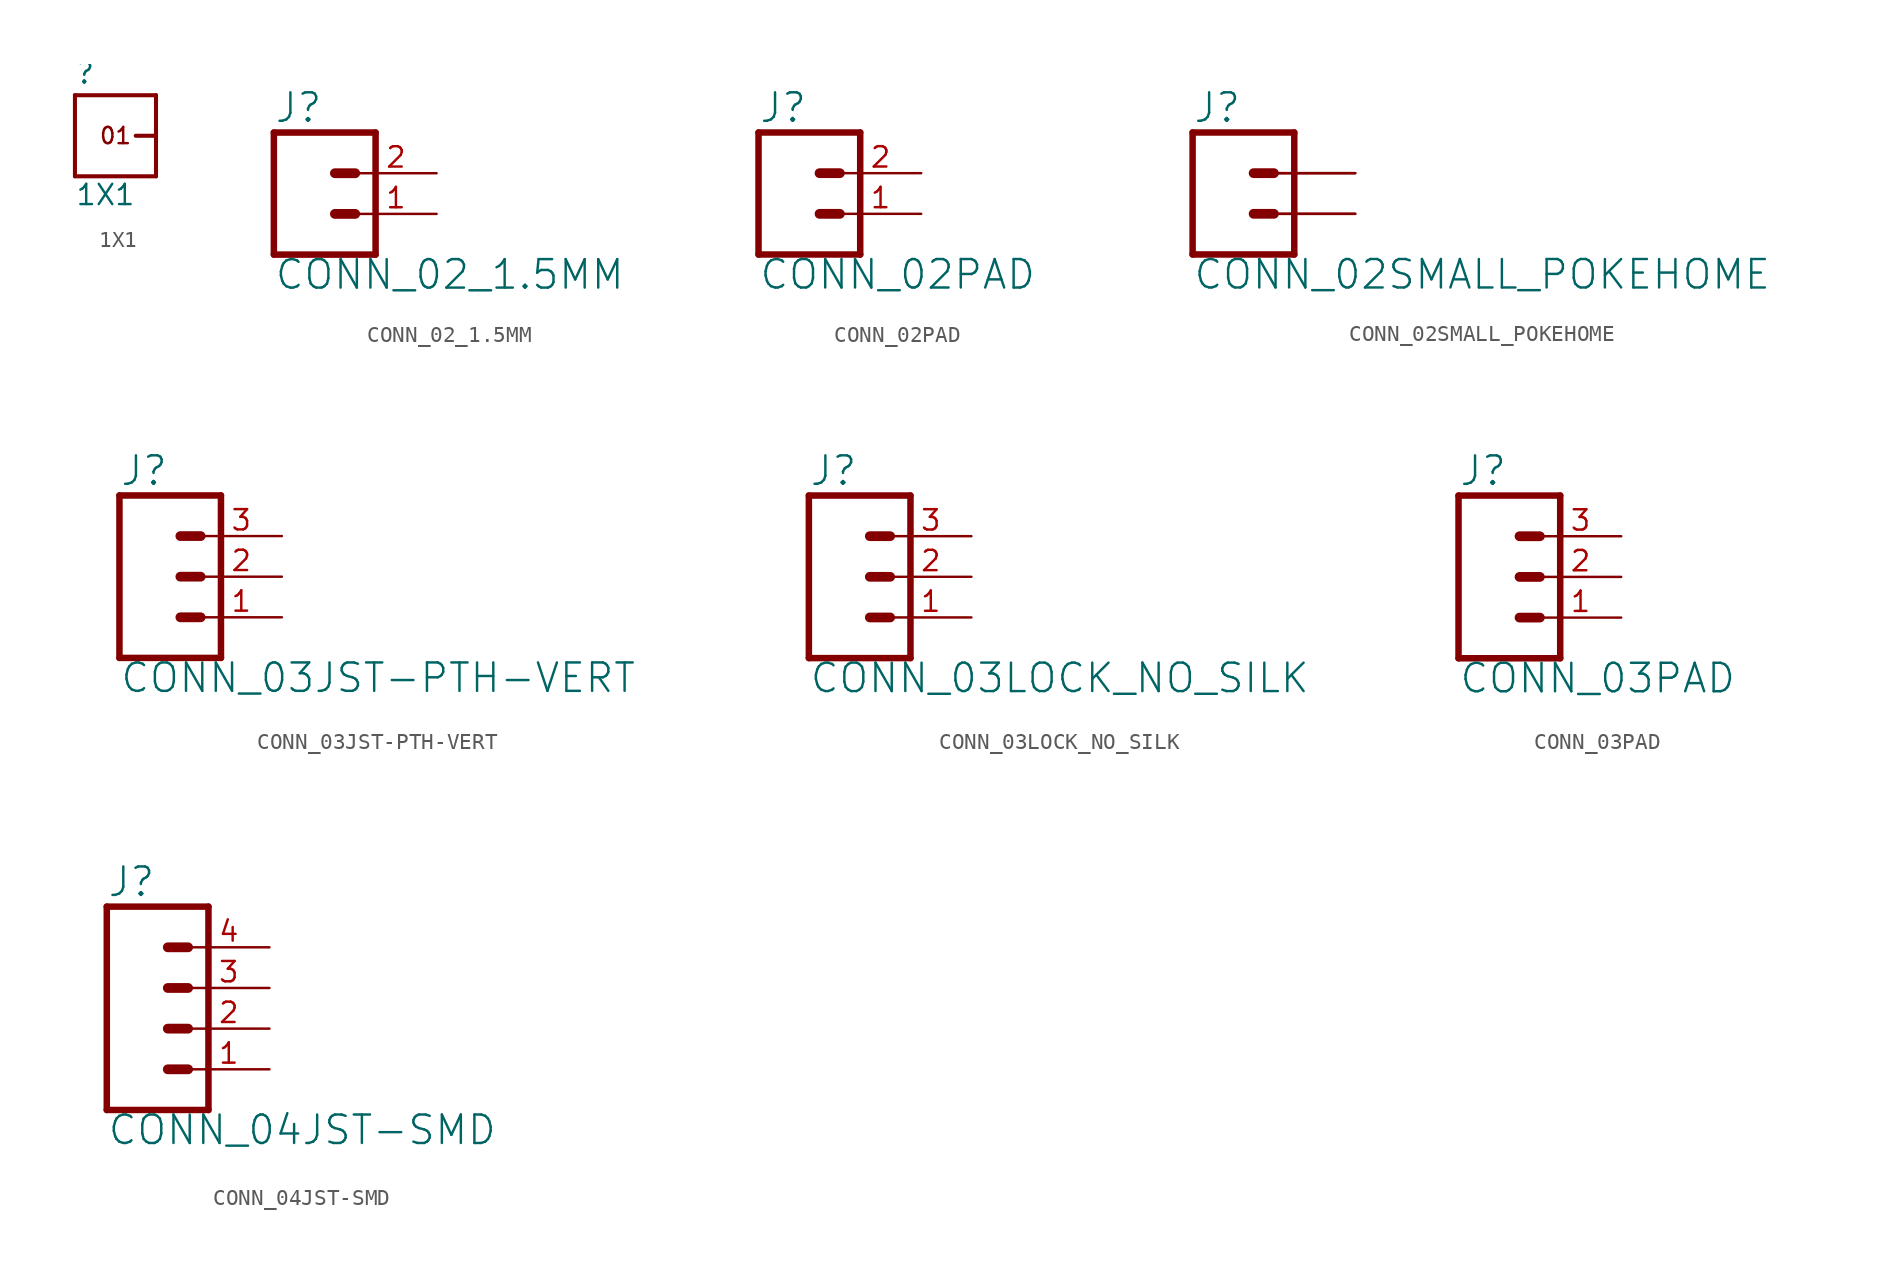
<source format=kicad_sym>
(kicad_symbol_lib
  (version 20211014)
  (generator kicad_symbol_editor)
  (symbol "1X1"
    (property "Reference" ""
      (at -2.54 3.175 0)
      (effects (font (size 1.27 1.27)) (justify left bottom)))
    (property "Value" "1X1"
      (at -2.54 -4.445 0)
      (effects (font (size 1.27 1.27)) (justify left bottom)))
    (property "ki_locked" ""
      (at 0 0 0)
      (effects (font (size 1.27 1.27))))
    (symbol "1X1_1_0"
      (polyline (pts (xy -2.54 -2.54) (xy 2.54 -2.54)) (stroke (width 0.254) (type default) (color 0 0 0 0)) (fill (type none)))
      (polyline (pts (xy -2.54 2.54) (xy -2.54 -2.54)) (stroke (width 0.254) (type default) (color 0 0 0 0)) (fill (type none)))
      (polyline (pts (xy -2.54 2.54) (xy 2.54 2.54)) (stroke (width 0.254) (type default) (color 0 0 0 0)) (fill (type none)))
      (polyline (pts (xy 1.27 0) (xy 2.54 0)) (stroke (width 0.254) (type default) (color 0 0 0 0)) (fill (type none)))
      (polyline (pts (xy 2.54 -2.54) (xy 2.54 0)) (stroke (width 0.254) (type default) (color 0 0 0 0)) (fill (type none)))
      (polyline (pts (xy 2.54 0) (xy 2.54 2.54)) (stroke (width 0.254) (type default) (color 0 0 0 0)) (fill (type none)))
      (text "01" (at 0 0 0) (effects (font (size 1.016 1.016))))
      (pin bidirectional line (at 2.54 0 180) (length 0) (name "1" (effects (font (size 0 0)))) (number "1" (effects (font (size 0 0)))))))
  (symbol "CONN_02_1.5MM"
    (property "Reference" "J"
      (at -2.54 5.588 0)
      (effects (font (size 1.778 1.778)) (justify left bottom)))
    (property "Value" "CONN_02_1.5MM"
      (at -2.54 -4.826 0)
      (effects (font (size 1.778 1.778)) (justify left bottom)))
    (property "ki_locked" ""
      (at 0 0 0)
      (effects (font (size 1.27 1.27))))
    (symbol "CONN_02_1.5MM_1_0"
      (polyline (pts (xy -2.54 5.08) (xy -2.54 -2.54)) (stroke (width 0.406) (type default) (color 0 0 0 0)) (fill (type none)))
      (polyline (pts (xy -2.54 5.08) (xy 3.81 5.08)) (stroke (width 0.406) (type default) (color 0 0 0 0)) (fill (type none)))
      (polyline (pts (xy 1.27 0) (xy 2.54 0)) (stroke (width 0.61) (type default) (color 0 0 0 0)) (fill (type none)))
      (polyline (pts (xy 1.27 2.54) (xy 2.54 2.54)) (stroke (width 0.61) (type default) (color 0 0 0 0)) (fill (type none)))
      (polyline (pts (xy 3.81 -2.54) (xy -2.54 -2.54)) (stroke (width 0.406) (type default) (color 0 0 0 0)) (fill (type none)))
      (polyline (pts (xy 3.81 -2.54) (xy 3.81 5.08)) (stroke (width 0.406) (type default) (color 0 0 0 0)) (fill (type none)))
      (pin passive line (at 7.62 0 180) (length 5.08) (name "1" (effects (font (size 0 0)))) (number "1" (effects (font (size 1.27 1.27)))))
      (pin passive line (at 7.62 2.54 180) (length 5.08) (name "2" (effects (font (size 0 0)))) (number "2" (effects (font (size 1.27 1.27)))))))
  (symbol "CONN_02PAD"
    (property "Reference" "J"
      (at -2.54 5.588 0)
      (effects (font (size 1.778 1.778)) (justify left bottom)))
    (property "Value" "CONN_02PAD"
      (at -2.54 -4.826 0)
      (effects (font (size 1.778 1.778)) (justify left bottom)))
    (property "ki_locked" ""
      (at 0 0 0)
      (effects (font (size 1.27 1.27))))
    (symbol "CONN_02PAD_1_0"
      (polyline (pts (xy -2.54 5.08) (xy -2.54 -2.54)) (stroke (width 0.406) (type default) (color 0 0 0 0)) (fill (type none)))
      (polyline (pts (xy -2.54 5.08) (xy 3.81 5.08)) (stroke (width 0.406) (type default) (color 0 0 0 0)) (fill (type none)))
      (polyline (pts (xy 1.27 0) (xy 2.54 0)) (stroke (width 0.61) (type default) (color 0 0 0 0)) (fill (type none)))
      (polyline (pts (xy 1.27 2.54) (xy 2.54 2.54)) (stroke (width 0.61) (type default) (color 0 0 0 0)) (fill (type none)))
      (polyline (pts (xy 3.81 -2.54) (xy -2.54 -2.54)) (stroke (width 0.406) (type default) (color 0 0 0 0)) (fill (type none)))
      (polyline (pts (xy 3.81 -2.54) (xy 3.81 5.08)) (stroke (width 0.406) (type default) (color 0 0 0 0)) (fill (type none)))
      (pin passive line (at 7.62 0 180) (length 5.08) (name "1" (effects (font (size 0 0)))) (number "1" (effects (font (size 1.27 1.27)))))
      (pin passive line (at 7.62 2.54 180) (length 5.08) (name "2" (effects (font (size 0 0)))) (number "2" (effects (font (size 1.27 1.27)))))))
  (symbol "CONN_02SMALL_POKEHOME"
    (property "Reference" "J"
      (at -2.54 5.588 0)
      (effects (font (size 1.778 1.778)) (justify left bottom)))
    (property "Value" "CONN_02SMALL_POKEHOME"
      (at -2.54 -4.826 0)
      (effects (font (size 1.778 1.778)) (justify left bottom)))
    (property "ki_locked" ""
      (at 0 0 0)
      (effects (font (size 1.27 1.27))))
    (symbol "CONN_02SMALL_POKEHOME_1_0"
      (polyline (pts (xy -2.54 5.08) (xy -2.54 -2.54)) (stroke (width 0.406) (type default) (color 0 0 0 0)) (fill (type none)))
      (polyline (pts (xy -2.54 5.08) (xy 3.81 5.08)) (stroke (width 0.406) (type default) (color 0 0 0 0)) (fill (type none)))
      (polyline (pts (xy 1.27 0) (xy 2.54 0)) (stroke (width 0.61) (type default) (color 0 0 0 0)) (fill (type none)))
      (polyline (pts (xy 1.27 2.54) (xy 2.54 2.54)) (stroke (width 0.61) (type default) (color 0 0 0 0)) (fill (type none)))
      (polyline (pts (xy 3.81 -2.54) (xy -2.54 -2.54)) (stroke (width 0.406) (type default) (color 0 0 0 0)) (fill (type none)))
      (polyline (pts (xy 3.81 -2.54) (xy 3.81 5.08)) (stroke (width 0.406) (type default) (color 0 0 0 0)) (fill (type none)))
      (pin passive line (at 7.62 0 180) (length 5.08) (name "1" (effects (font (size 0 0)))) (number "P1" (effects (font (size 0 0)))))
      (pin passive line (at 7.62 2.54 180) (length 5.08) (name "2" (effects (font (size 0 0)))) (number "P2" (effects (font (size 0 0)))))
      (pin passive line (at 7.62 0 180) (length 5.08) (name "1" (effects (font (size 0 0)))) (number "P3" (effects (font (size 0 0)))))
      (pin passive line (at 7.62 2.54 180) (length 5.08) (name "2" (effects (font (size 0 0)))) (number "P4" (effects (font (size 0 0)))))))
  (symbol "CONN_03JST-PTH-VERT"
    (property "Reference" "J"
      (at -2.54 5.588 0)
      (effects (font (size 1.778 1.778)) (justify left bottom)))
    (property "Value" "CONN_03JST-PTH-VERT"
      (at -2.54 -7.366 0)
      (effects (font (size 1.778 1.778)) (justify left bottom)))
    (property "ki_locked" ""
      (at 0 0 0)
      (effects (font (size 1.27 1.27))))
    (symbol "CONN_03JST-PTH-VERT_1_0"
      (polyline (pts (xy -2.54 5.08) (xy -2.54 -5.08)) (stroke (width 0.406) (type default) (color 0 0 0 0)) (fill (type none)))
      (polyline (pts (xy -2.54 5.08) (xy 3.81 5.08)) (stroke (width 0.406) (type default) (color 0 0 0 0)) (fill (type none)))
      (polyline (pts (xy 1.27 -2.54) (xy 2.54 -2.54)) (stroke (width 0.61) (type default) (color 0 0 0 0)) (fill (type none)))
      (polyline (pts (xy 1.27 0) (xy 2.54 0)) (stroke (width 0.61) (type default) (color 0 0 0 0)) (fill (type none)))
      (polyline (pts (xy 1.27 2.54) (xy 2.54 2.54)) (stroke (width 0.61) (type default) (color 0 0 0 0)) (fill (type none)))
      (polyline (pts (xy 3.81 -5.08) (xy -2.54 -5.08)) (stroke (width 0.406) (type default) (color 0 0 0 0)) (fill (type none)))
      (polyline (pts (xy 3.81 -5.08) (xy 3.81 5.08)) (stroke (width 0.406) (type default) (color 0 0 0 0)) (fill (type none)))
      (pin passive line (at 7.62 -2.54 180) (length 5.08) (name "1" (effects (font (size 0 0)))) (number "1" (effects (font (size 1.27 1.27)))))
      (pin passive line (at 7.62 0 180) (length 5.08) (name "2" (effects (font (size 0 0)))) (number "2" (effects (font (size 1.27 1.27)))))
      (pin passive line (at 7.62 2.54 180) (length 5.08) (name "3" (effects (font (size 0 0)))) (number "3" (effects (font (size 1.27 1.27)))))))
  (symbol "CONN_03LOCK_NO_SILK"
    (property "Reference" "J"
      (at -2.54 5.588 0)
      (effects (font (size 1.778 1.778)) (justify left bottom)))
    (property "Value" "CONN_03LOCK_NO_SILK"
      (at -2.54 -7.366 0)
      (effects (font (size 1.778 1.778)) (justify left bottom)))
    (property "ki_locked" ""
      (at 0 0 0)
      (effects (font (size 1.27 1.27))))
    (symbol "CONN_03LOCK_NO_SILK_1_0"
      (polyline (pts (xy -2.54 5.08) (xy -2.54 -5.08)) (stroke (width 0.406) (type default) (color 0 0 0 0)) (fill (type none)))
      (polyline (pts (xy -2.54 5.08) (xy 3.81 5.08)) (stroke (width 0.406) (type default) (color 0 0 0 0)) (fill (type none)))
      (polyline (pts (xy 1.27 -2.54) (xy 2.54 -2.54)) (stroke (width 0.61) (type default) (color 0 0 0 0)) (fill (type none)))
      (polyline (pts (xy 1.27 0) (xy 2.54 0)) (stroke (width 0.61) (type default) (color 0 0 0 0)) (fill (type none)))
      (polyline (pts (xy 1.27 2.54) (xy 2.54 2.54)) (stroke (width 0.61) (type default) (color 0 0 0 0)) (fill (type none)))
      (polyline (pts (xy 3.81 -5.08) (xy -2.54 -5.08)) (stroke (width 0.406) (type default) (color 0 0 0 0)) (fill (type none)))
      (polyline (pts (xy 3.81 -5.08) (xy 3.81 5.08)) (stroke (width 0.406) (type default) (color 0 0 0 0)) (fill (type none)))
      (pin passive line (at 7.62 -2.54 180) (length 5.08) (name "1" (effects (font (size 0 0)))) (number "1" (effects (font (size 1.27 1.27)))))
      (pin passive line (at 7.62 0 180) (length 5.08) (name "2" (effects (font (size 0 0)))) (number "2" (effects (font (size 1.27 1.27)))))
      (pin passive line (at 7.62 2.54 180) (length 5.08) (name "3" (effects (font (size 0 0)))) (number "3" (effects (font (size 1.27 1.27)))))))
  (symbol "CONN_03PAD"
    (property "Reference" "J"
      (at -2.54 5.588 0)
      (effects (font (size 1.778 1.778)) (justify left bottom)))
    (property "Value" "CONN_03PAD"
      (at -2.54 -7.366 0)
      (effects (font (size 1.778 1.778)) (justify left bottom)))
    (property "ki_locked" ""
      (at 0 0 0)
      (effects (font (size 1.27 1.27))))
    (symbol "CONN_03PAD_1_0"
      (polyline (pts (xy -2.54 5.08) (xy -2.54 -5.08)) (stroke (width 0.406) (type default) (color 0 0 0 0)) (fill (type none)))
      (polyline (pts (xy -2.54 5.08) (xy 3.81 5.08)) (stroke (width 0.406) (type default) (color 0 0 0 0)) (fill (type none)))
      (polyline (pts (xy 1.27 -2.54) (xy 2.54 -2.54)) (stroke (width 0.61) (type default) (color 0 0 0 0)) (fill (type none)))
      (polyline (pts (xy 1.27 0) (xy 2.54 0)) (stroke (width 0.61) (type default) (color 0 0 0 0)) (fill (type none)))
      (polyline (pts (xy 1.27 2.54) (xy 2.54 2.54)) (stroke (width 0.61) (type default) (color 0 0 0 0)) (fill (type none)))
      (polyline (pts (xy 3.81 -5.08) (xy -2.54 -5.08)) (stroke (width 0.406) (type default) (color 0 0 0 0)) (fill (type none)))
      (polyline (pts (xy 3.81 -5.08) (xy 3.81 5.08)) (stroke (width 0.406) (type default) (color 0 0 0 0)) (fill (type none)))
      (pin passive line (at 7.62 -2.54 180) (length 5.08) (name "1" (effects (font (size 0 0)))) (number "1" (effects (font (size 1.27 1.27)))))
      (pin passive line (at 7.62 0 180) (length 5.08) (name "2" (effects (font (size 0 0)))) (number "2" (effects (font (size 1.27 1.27)))))
      (pin passive line (at 7.62 2.54 180) (length 5.08) (name "3" (effects (font (size 0 0)))) (number "3" (effects (font (size 1.27 1.27)))))))
  (symbol "CONN_04JST-SMD"
    (property "Reference" "J"
      (at -5.08 8.128 0)
      (effects (font (size 1.778 1.778)) (justify left bottom)))
    (property "Value" "CONN_04JST-SMD"
      (at -5.08 -7.366 0)
      (effects (font (size 1.778 1.778)) (justify left bottom)))
    (property "ki_locked" ""
      (at 0 0 0)
      (effects (font (size 1.27 1.27))))
    (symbol "CONN_04JST-SMD_1_0"
      (polyline (pts (xy -5.08 7.62) (xy -5.08 -5.08)) (stroke (width 0.406) (type default) (color 0 0 0 0)) (fill (type none)))
      (polyline (pts (xy -5.08 7.62) (xy 1.27 7.62)) (stroke (width 0.406) (type default) (color 0 0 0 0)) (fill (type none)))
      (polyline (pts (xy -1.27 -2.54) (xy 0 -2.54)) (stroke (width 0.61) (type default) (color 0 0 0 0)) (fill (type none)))
      (polyline (pts (xy -1.27 0) (xy 0 0)) (stroke (width 0.61) (type default) (color 0 0 0 0)) (fill (type none)))
      (polyline (pts (xy -1.27 2.54) (xy 0 2.54)) (stroke (width 0.61) (type default) (color 0 0 0 0)) (fill (type none)))
      (polyline (pts (xy -1.27 5.08) (xy 0 5.08)) (stroke (width 0.61) (type default) (color 0 0 0 0)) (fill (type none)))
      (polyline (pts (xy 1.27 -5.08) (xy -5.08 -5.08)) (stroke (width 0.406) (type default) (color 0 0 0 0)) (fill (type none)))
      (polyline (pts (xy 1.27 -5.08) (xy 1.27 7.62)) (stroke (width 0.406) (type default) (color 0 0 0 0)) (fill (type none)))
      (pin passive line (at 5.08 -2.54 180) (length 5.08) (name "1" (effects (font (size 0 0)))) (number "1" (effects (font (size 1.27 1.27)))))
      (pin passive line (at 5.08 0 180) (length 5.08) (name "2" (effects (font (size 0 0)))) (number "2" (effects (font (size 1.27 1.27)))))
      (pin passive line (at 5.08 2.54 180) (length 5.08) (name "3" (effects (font (size 0 0)))) (number "3" (effects (font (size 1.27 1.27)))))
      (pin passive line (at 5.08 5.08 180) (length 5.08) (name "4" (effects (font (size 0 0)))) (number "4" (effects (font (size 1.27 1.27))))))))
</source>
